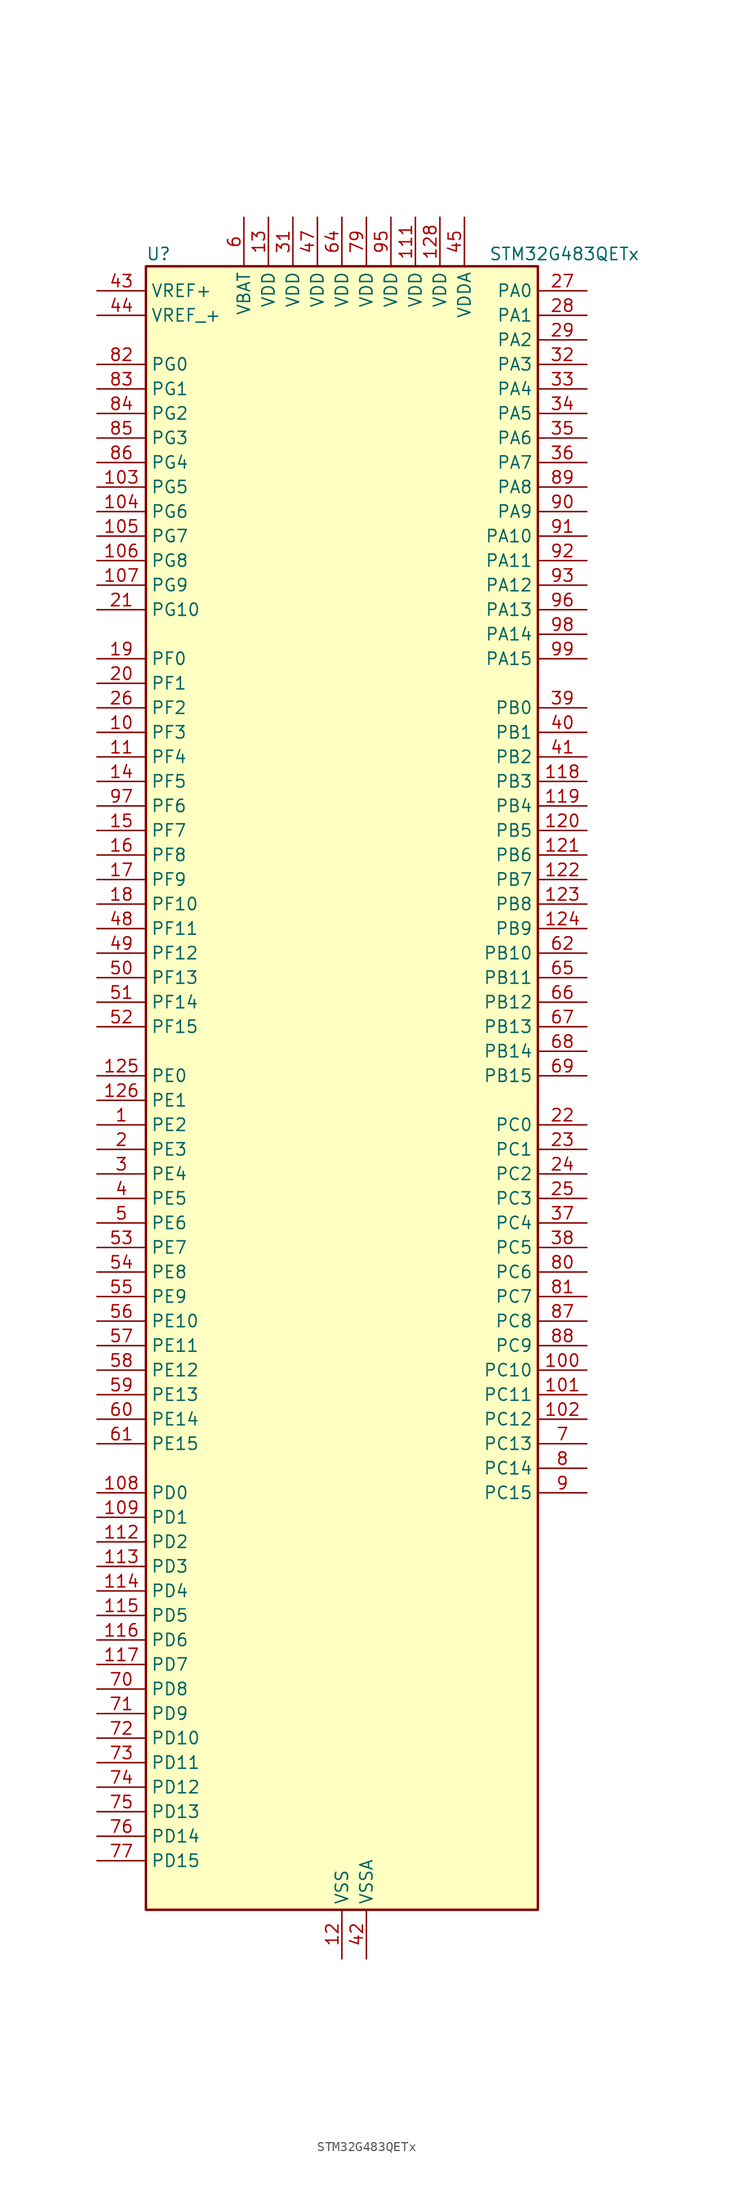
<source format=kicad_sym>
(kicad_symbol_lib
  (version 20220914)
  (generator kicad_symbol_editor)
  (symbol "STM32G483QETx"
    (property "Reference" "U"
      (at -20.32 87.63 0)
      (effects (font (size 1.27 1.27)) (justify left)))
    (property "Value" "STM32G483QETx"
      (at 15.24 87.63 0)
      (effects (font (size 1.27 1.27)) (justify left)))
    (property "ki_locked" ""
      (at 0 0 0)
      (effects (font (size 1.27 1.27))))
    (symbol "STM32G483QETx_0_1"
      (rectangle (start -20.32 -83.82) (end 20.32 86.36) (stroke (width 0.254) (type default)) (fill (type background))))
    (symbol "STM32G483QETx_1_1"
      (pin bidirectional line (at -25.4 -2.54 0) (length 5.08) (name "PE2" (effects (font (size 1.27 1.27)))) (number "1" (effects (font (size 1.27 1.27)))) (alternate "ADC3_EXTI2" bidirectional line) (alternate "ADC4_EXTI2" bidirectional line) (alternate "ADC5_EXTI2" bidirectional line) (alternate "FMC_A23" bidirectional line) (alternate "SAI1_CK1" bidirectional line) (alternate "SAI1_MCLK_A" bidirectional line) (alternate "SPI4_SCK" bidirectional line) (alternate "SYS_TRACECLK" bidirectional line) (alternate "TIM20_CH1" bidirectional line) (alternate "TIM3_CH1" bidirectional line))
      (pin bidirectional line (at -25.4 38.1 0) (length 5.08) (name "PF3" (effects (font (size 1.27 1.27)))) (number "10" (effects (font (size 1.27 1.27)))) (alternate "ADC3_EXTI3" bidirectional line) (alternate "ADC4_EXTI3" bidirectional line) (alternate "ADC5_EXTI3" bidirectional line) (alternate "FMC_A3" bidirectional line) (alternate "I2C3_SCL" bidirectional line) (alternate "TIM20_CH4" bidirectional line))
      (pin bidirectional line (at 25.4 -27.94 180) (length 5.08) (name "PC10" (effects (font (size 1.27 1.27)))) (number "100" (effects (font (size 1.27 1.27)))) (alternate "DAC1_EXTI10" bidirectional line) (alternate "DAC2_EXTI10" bidirectional line) (alternate "DAC3_EXTI10" bidirectional line) (alternate "DAC4_EXTI10" bidirectional line) (alternate "I2S3_CK" bidirectional line) (alternate "SPI3_SCK" bidirectional line) (alternate "TIM8_CH1N" bidirectional line) (alternate "UART4_TX" bidirectional line) (alternate "USART3_TX" bidirectional line))
      (pin bidirectional line (at 25.4 -30.48 180) (length 5.08) (name "PC11" (effects (font (size 1.27 1.27)))) (number "101" (effects (font (size 1.27 1.27)))) (alternate "ADC1_EXTI11" bidirectional line) (alternate "ADC2_EXTI11" bidirectional line) (alternate "I2C3_SDA" bidirectional line) (alternate "SPI3_MISO" bidirectional line) (alternate "TIM8_CH2N" bidirectional line) (alternate "UART4_RX" bidirectional line) (alternate "USART3_RX" bidirectional line))
      (pin bidirectional line (at 25.4 -33.02 180) (length 5.08) (name "PC12" (effects (font (size 1.27 1.27)))) (number "102" (effects (font (size 1.27 1.27)))) (alternate "I2S3_SD" bidirectional line) (alternate "SPI3_MOSI" bidirectional line) (alternate "TIM5_CH2" bidirectional line) (alternate "TIM8_CH3N" bidirectional line) (alternate "UART5_TX" bidirectional line) (alternate "UCPD1_FRSTX1" bidirectional line) (alternate "UCPD1_FRSTX2" bidirectional line) (alternate "USART3_CK" bidirectional line))
      (pin bidirectional line (at -25.4 63.5 0) (length 5.08) (name "PG5" (effects (font (size 1.27 1.27)))) (number "103" (effects (font (size 1.27 1.27)))) (alternate "FMC_A15" bidirectional line) (alternate "LPUART1_CTS" bidirectional line) (alternate "SPI1_NSS" bidirectional line) (alternate "TIM20_ETR" bidirectional line))
      (pin bidirectional line (at -25.4 60.96 0) (length 5.08) (name "PG6" (effects (font (size 1.27 1.27)))) (number "104" (effects (font (size 1.27 1.27)))) (alternate "FMC_INT" bidirectional line) (alternate "I2C3_SMBA" bidirectional line) (alternate "LPUART1_DE" bidirectional line) (alternate "LPUART1_RTS" bidirectional line) (alternate "TIM20_BKIN" bidirectional line))
      (pin bidirectional line (at -25.4 58.42 0) (length 5.08) (name "PG7" (effects (font (size 1.27 1.27)))) (number "105" (effects (font (size 1.27 1.27)))) (alternate "FMC_INT" bidirectional line) (alternate "I2C3_SCL" bidirectional line) (alternate "LPUART1_TX" bidirectional line) (alternate "SAI1_CK1" bidirectional line) (alternate "SAI1_MCLK_A" bidirectional line))
      (pin bidirectional line (at -25.4 55.88 0) (length 5.08) (name "PG8" (effects (font (size 1.27 1.27)))) (number "106" (effects (font (size 1.27 1.27)))) (alternate "FMC_NE3" bidirectional line) (alternate "I2C3_SDA" bidirectional line) (alternate "LPUART1_RX" bidirectional line))
      (pin bidirectional line (at -25.4 53.34 0) (length 5.08) (name "PG9" (effects (font (size 1.27 1.27)))) (number "107" (effects (font (size 1.27 1.27)))) (alternate "DAC1_EXTI9" bidirectional line) (alternate "DAC2_EXTI9" bidirectional line) (alternate "DAC3_EXTI9" bidirectional line) (alternate "DAC4_EXTI9" bidirectional line) (alternate "FMC_NCE" bidirectional line) (alternate "FMC_NE2" bidirectional line) (alternate "SPI3_SCK" bidirectional line) (alternate "TIM15_CH1N" bidirectional line) (alternate "USART1_TX" bidirectional line))
      (pin bidirectional line (at -25.4 -40.64 0) (length 5.08) (name "PD0" (effects (font (size 1.27 1.27)))) (number "108" (effects (font (size 1.27 1.27)))) (alternate "FDCAN1_RX" bidirectional line) (alternate "FMC_D2" bidirectional line) (alternate "FMC_DA2" bidirectional line) (alternate "TIM8_CH4N" bidirectional line))
      (pin bidirectional line (at -25.4 -43.18 0) (length 5.08) (name "PD1" (effects (font (size 1.27 1.27)))) (number "109" (effects (font (size 1.27 1.27)))) (alternate "FDCAN1_TX" bidirectional line) (alternate "FMC_D3" bidirectional line) (alternate "FMC_DA3" bidirectional line) (alternate "TIM8_BKIN2" bidirectional line) (alternate "TIM8_CH4" bidirectional line))
      (pin bidirectional line (at -25.4 35.56 0) (length 5.08) (name "PF4" (effects (font (size 1.27 1.27)))) (number "11" (effects (font (size 1.27 1.27)))) (alternate "COMP1_OUT" bidirectional line) (alternate "FMC_A4" bidirectional line) (alternate "I2C3_SDA" bidirectional line) (alternate "TIM20_CH1N" bidirectional line))
      (pin passive line (at 0 -88.9 90) (length 5.08) hide (name "VSS" (effects (font (size 1.27 1.27)))) (number "110" (effects (font (size 1.27 1.27)))))
      (pin power_in line (at 7.62 91.44 270) (length 5.08) (name "VDD" (effects (font (size 1.27 1.27)))) (number "111" (effects (font (size 1.27 1.27)))))
      (pin bidirectional line (at -25.4 -45.72 0) (length 5.08) (name "PD2" (effects (font (size 1.27 1.27)))) (number "112" (effects (font (size 1.27 1.27)))) (alternate "ADC3_EXTI2" bidirectional line) (alternate "ADC4_EXTI2" bidirectional line) (alternate "ADC5_EXTI2" bidirectional line) (alternate "TIM3_ETR" bidirectional line) (alternate "TIM8_BKIN" bidirectional line) (alternate "UART5_RX" bidirectional line))
      (pin bidirectional line (at -25.4 -48.26 0) (length 5.08) (name "PD3" (effects (font (size 1.27 1.27)))) (number "113" (effects (font (size 1.27 1.27)))) (alternate "ADC3_EXTI3" bidirectional line) (alternate "ADC4_EXTI3" bidirectional line) (alternate "ADC5_EXTI3" bidirectional line) (alternate "FMC_CLK" bidirectional line) (alternate "QUADSPI1_BK2_NCS" bidirectional line) (alternate "TIM2_CH1" bidirectional line) (alternate "TIM2_ETR" bidirectional line) (alternate "USART2_CTS" bidirectional line) (alternate "USART2_NSS" bidirectional line))
      (pin bidirectional line (at -25.4 -50.8 0) (length 5.08) (name "PD4" (effects (font (size 1.27 1.27)))) (number "114" (effects (font (size 1.27 1.27)))) (alternate "FMC_NOE" bidirectional line) (alternate "QUADSPI1_BK2_IO0" bidirectional line) (alternate "TIM2_CH2" bidirectional line) (alternate "USART2_DE" bidirectional line) (alternate "USART2_RTS" bidirectional line))
      (pin bidirectional line (at -25.4 -53.34 0) (length 5.08) (name "PD5" (effects (font (size 1.27 1.27)))) (number "115" (effects (font (size 1.27 1.27)))) (alternate "FMC_NWE" bidirectional line) (alternate "QUADSPI1_BK2_IO1" bidirectional line) (alternate "USART2_TX" bidirectional line))
      (pin bidirectional line (at -25.4 -55.88 0) (length 5.08) (name "PD6" (effects (font (size 1.27 1.27)))) (number "116" (effects (font (size 1.27 1.27)))) (alternate "FMC_NWAIT" bidirectional line) (alternate "QUADSPI1_BK2_IO2" bidirectional line) (alternate "SAI1_D1" bidirectional line) (alternate "SAI1_SD_A" bidirectional line) (alternate "TIM2_CH4" bidirectional line) (alternate "USART2_RX" bidirectional line))
      (pin bidirectional line (at -25.4 -58.42 0) (length 5.08) (name "PD7" (effects (font (size 1.27 1.27)))) (number "117" (effects (font (size 1.27 1.27)))) (alternate "FMC_NCE" bidirectional line) (alternate "FMC_NE1" bidirectional line) (alternate "QUADSPI1_BK2_IO3" bidirectional line) (alternate "TIM2_CH3" bidirectional line) (alternate "USART2_CK" bidirectional line))
      (pin bidirectional line (at 25.4 33.02 180) (length 5.08) (name "PB3" (effects (font (size 1.27 1.27)))) (number "118" (effects (font (size 1.27 1.27)))) (alternate "ADC3_EXTI3" bidirectional line) (alternate "ADC4_EXTI3" bidirectional line) (alternate "ADC5_EXTI3" bidirectional line) (alternate "CRS_SYNC" bidirectional line) (alternate "FDCAN3_RX" bidirectional line) (alternate "I2S3_CK" bidirectional line) (alternate "SAI1_SCK_B" bidirectional line) (alternate "SPI1_SCK" bidirectional line) (alternate "SPI3_SCK" bidirectional line) (alternate "SYS_JTDO-SWO" bidirectional line) (alternate "TIM2_CH2" bidirectional line) (alternate "TIM3_ETR" bidirectional line) (alternate "TIM4_ETR" bidirectional line) (alternate "TIM8_CH1N" bidirectional line) (alternate "USART2_TX" bidirectional line))
      (pin bidirectional line (at 25.4 30.48 180) (length 5.08) (name "PB4" (effects (font (size 1.27 1.27)))) (number "119" (effects (font (size 1.27 1.27)))) (alternate "FDCAN3_TX" bidirectional line) (alternate "SAI1_MCLK_B" bidirectional line) (alternate "SPI1_MISO" bidirectional line) (alternate "SPI3_MISO" bidirectional line) (alternate "SYS_JTRST" bidirectional line) (alternate "TIM16_CH1" bidirectional line) (alternate "TIM17_BKIN" bidirectional line) (alternate "TIM3_CH1" bidirectional line) (alternate "TIM8_CH2N" bidirectional line) (alternate "UART5_DE" bidirectional line) (alternate "UART5_RTS" bidirectional line) (alternate "UCPD1_CC2" bidirectional line) (alternate "USART2_RX" bidirectional line))
      (pin power_in line (at 0 -88.9 90) (length 5.08) (name "VSS" (effects (font (size 1.27 1.27)))) (number "12" (effects (font (size 1.27 1.27)))))
      (pin bidirectional line (at 25.4 27.94 180) (length 5.08) (name "PB5" (effects (font (size 1.27 1.27)))) (number "120" (effects (font (size 1.27 1.27)))) (alternate "FDCAN2_RX" bidirectional line) (alternate "I2C1_SMBA" bidirectional line) (alternate "I2C3_SDA" bidirectional line) (alternate "I2S3_SD" bidirectional line) (alternate "LPTIM1_IN1" bidirectional line) (alternate "SAI1_SD_B" bidirectional line) (alternate "SPI1_MOSI" bidirectional line) (alternate "SPI3_MOSI" bidirectional line) (alternate "TIM16_BKIN" bidirectional line) (alternate "TIM17_CH1" bidirectional line) (alternate "TIM3_CH2" bidirectional line) (alternate "TIM8_CH3N" bidirectional line) (alternate "UART5_CTS" bidirectional line) (alternate "USART2_CK" bidirectional line))
      (pin bidirectional line (at 25.4 25.4 180) (length 5.08) (name "PB6" (effects (font (size 1.27 1.27)))) (number "121" (effects (font (size 1.27 1.27)))) (alternate "COMP4_OUT" bidirectional line) (alternate "FDCAN2_TX" bidirectional line) (alternate "LPTIM1_ETR" bidirectional line) (alternate "SAI1_FS_B" bidirectional line) (alternate "TIM16_CH1N" bidirectional line) (alternate "TIM4_CH1" bidirectional line) (alternate "TIM8_BKIN2" bidirectional line) (alternate "TIM8_CH1" bidirectional line) (alternate "TIM8_ETR" bidirectional line) (alternate "UCPD1_CC1" bidirectional line) (alternate "USART1_TX" bidirectional line))
      (pin bidirectional line (at 25.4 22.86 180) (length 5.08) (name "PB7" (effects (font (size 1.27 1.27)))) (number "122" (effects (font (size 1.27 1.27)))) (alternate "COMP3_OUT" bidirectional line) (alternate "FMC_NL" bidirectional line) (alternate "I2C1_SDA" bidirectional line) (alternate "I2C4_SDA" bidirectional line) (alternate "LPTIM1_IN2" bidirectional line) (alternate "SYS_PVD_IN" bidirectional line) (alternate "TIM17_CH1N" bidirectional line) (alternate "TIM3_CH4" bidirectional line) (alternate "TIM4_CH2" bidirectional line) (alternate "TIM8_BKIN" bidirectional line) (alternate "UART4_CTS" bidirectional line) (alternate "USART1_RX" bidirectional line))
      (pin bidirectional line (at 25.4 20.32 180) (length 5.08) (name "PB8" (effects (font (size 1.27 1.27)))) (number "123" (effects (font (size 1.27 1.27)))) (alternate "COMP1_OUT" bidirectional line) (alternate "FDCAN1_RX" bidirectional line) (alternate "I2C1_SCL" bidirectional line) (alternate "SAI1_CK1" bidirectional line) (alternate "SAI1_MCLK_A" bidirectional line) (alternate "TIM16_CH1" bidirectional line) (alternate "TIM1_BKIN" bidirectional line) (alternate "TIM4_CH3" bidirectional line) (alternate "TIM8_CH2" bidirectional line) (alternate "USART3_RX" bidirectional line))
      (pin bidirectional line (at 25.4 17.78 180) (length 5.08) (name "PB9" (effects (font (size 1.27 1.27)))) (number "124" (effects (font (size 1.27 1.27)))) (alternate "COMP2_OUT" bidirectional line) (alternate "DAC1_EXTI9" bidirectional line) (alternate "DAC2_EXTI9" bidirectional line) (alternate "DAC3_EXTI9" bidirectional line) (alternate "DAC4_EXTI9" bidirectional line) (alternate "FDCAN1_TX" bidirectional line) (alternate "I2C1_SDA" bidirectional line) (alternate "IR_OUT" bidirectional line) (alternate "SAI1_D2" bidirectional line) (alternate "SAI1_FS_A" bidirectional line) (alternate "TIM17_CH1" bidirectional line) (alternate "TIM1_CH3N" bidirectional line) (alternate "TIM4_CH4" bidirectional line) (alternate "TIM8_CH3" bidirectional line) (alternate "USART3_TX" bidirectional line))
      (pin bidirectional line (at -25.4 2.54 0) (length 5.08) (name "PE0" (effects (font (size 1.27 1.27)))) (number "125" (effects (font (size 1.27 1.27)))) (alternate "FMC_NBL0" bidirectional line) (alternate "TIM16_CH1" bidirectional line) (alternate "TIM20_CH4N" bidirectional line) (alternate "TIM20_ETR" bidirectional line) (alternate "TIM4_ETR" bidirectional line) (alternate "USART1_TX" bidirectional line))
      (pin bidirectional line (at -25.4 0 0) (length 5.08) (name "PE1" (effects (font (size 1.27 1.27)))) (number "126" (effects (font (size 1.27 1.27)))) (alternate "FMC_NBL1" bidirectional line) (alternate "TIM17_CH1" bidirectional line) (alternate "TIM20_CH4" bidirectional line) (alternate "USART1_RX" bidirectional line))
      (pin passive line (at 0 -88.9 90) (length 5.08) hide (name "VSS" (effects (font (size 1.27 1.27)))) (number "127" (effects (font (size 1.27 1.27)))))
      (pin power_in line (at 10.16 91.44 270) (length 5.08) (name "VDD" (effects (font (size 1.27 1.27)))) (number "128" (effects (font (size 1.27 1.27)))))
      (pin power_in line (at -7.62 91.44 270) (length 5.08) (name "VDD" (effects (font (size 1.27 1.27)))) (number "13" (effects (font (size 1.27 1.27)))))
      (pin bidirectional line (at -25.4 33.02 0) (length 5.08) (name "PF5" (effects (font (size 1.27 1.27)))) (number "14" (effects (font (size 1.27 1.27)))) (alternate "FMC_A5" bidirectional line) (alternate "TIM20_CH2N" bidirectional line))
      (pin bidirectional line (at -25.4 27.94 0) (length 5.08) (name "PF7" (effects (font (size 1.27 1.27)))) (number "15" (effects (font (size 1.27 1.27)))) (alternate "FMC_A1" bidirectional line) (alternate "QUADSPI1_BK1_IO2" bidirectional line) (alternate "SAI1_MCLK_B" bidirectional line) (alternate "TIM20_BKIN" bidirectional line) (alternate "TIM5_CH2" bidirectional line))
      (pin bidirectional line (at -25.4 25.4 0) (length 5.08) (name "PF8" (effects (font (size 1.27 1.27)))) (number "16" (effects (font (size 1.27 1.27)))) (alternate "FMC_A24" bidirectional line) (alternate "QUADSPI1_BK1_IO0" bidirectional line) (alternate "SAI1_SCK_B" bidirectional line) (alternate "TIM20_BKIN2" bidirectional line) (alternate "TIM5_CH3" bidirectional line))
      (pin bidirectional line (at -25.4 22.86 0) (length 5.08) (name "PF9" (effects (font (size 1.27 1.27)))) (number "17" (effects (font (size 1.27 1.27)))) (alternate "DAC1_EXTI9" bidirectional line) (alternate "DAC2_EXTI9" bidirectional line) (alternate "DAC3_EXTI9" bidirectional line) (alternate "DAC4_EXTI9" bidirectional line) (alternate "FMC_A25" bidirectional line) (alternate "QUADSPI1_BK1_IO1" bidirectional line) (alternate "SAI1_FS_B" bidirectional line) (alternate "SPI2_SCK" bidirectional line) (alternate "TIM15_CH1" bidirectional line) (alternate "TIM20_BKIN" bidirectional line) (alternate "TIM5_CH4" bidirectional line))
      (pin bidirectional line (at -25.4 20.32 0) (length 5.08) (name "PF10" (effects (font (size 1.27 1.27)))) (number "18" (effects (font (size 1.27 1.27)))) (alternate "DAC1_EXTI10" bidirectional line) (alternate "DAC2_EXTI10" bidirectional line) (alternate "DAC3_EXTI10" bidirectional line) (alternate "DAC4_EXTI10" bidirectional line) (alternate "FMC_A0" bidirectional line) (alternate "QUADSPI1_CLK" bidirectional line) (alternate "SAI1_D3" bidirectional line) (alternate "SPI2_SCK" bidirectional line) (alternate "TIM15_CH2" bidirectional line) (alternate "TIM20_BKIN2" bidirectional line))
      (pin bidirectional line (at -25.4 45.72 0) (length 5.08) (name "PF0" (effects (font (size 1.27 1.27)))) (number "19" (effects (font (size 1.27 1.27)))) (alternate "ADC1_IN10" bidirectional line) (alternate "I2C2_SDA" bidirectional line) (alternate "I2S2_WS" bidirectional line) (alternate "RCC_OSC_IN" bidirectional line) (alternate "SPI2_NSS" bidirectional line) (alternate "TIM1_CH3N" bidirectional line))
      (pin bidirectional line (at -25.4 -5.08 0) (length 5.08) (name "PE3" (effects (font (size 1.27 1.27)))) (number "2" (effects (font (size 1.27 1.27)))) (alternate "ADC3_EXTI3" bidirectional line) (alternate "ADC4_EXTI3" bidirectional line) (alternate "ADC5_EXTI3" bidirectional line) (alternate "FMC_A19" bidirectional line) (alternate "SAI1_SD_B" bidirectional line) (alternate "SPI4_NSS" bidirectional line) (alternate "SYS_TRACED0" bidirectional line) (alternate "TIM20_CH2" bidirectional line) (alternate "TIM3_CH2" bidirectional line))
      (pin bidirectional line (at -25.4 43.18 0) (length 5.08) (name "PF1" (effects (font (size 1.27 1.27)))) (number "20" (effects (font (size 1.27 1.27)))) (alternate "ADC2_IN10" bidirectional line) (alternate "COMP3_INM" bidirectional line) (alternate "I2S2_CK" bidirectional line) (alternate "RCC_OSC_OUT" bidirectional line) (alternate "SPI2_SCK" bidirectional line))
      (pin bidirectional line (at -25.4 50.8 0) (length 5.08) (name "PG10" (effects (font (size 1.27 1.27)))) (number "21" (effects (font (size 1.27 1.27)))) (alternate "DAC1_EXTI10" bidirectional line) (alternate "DAC2_EXTI10" bidirectional line) (alternate "DAC3_EXTI10" bidirectional line) (alternate "DAC4_EXTI10" bidirectional line) (alternate "RCC_MCO" bidirectional line))
      (pin bidirectional line (at 25.4 -2.54 180) (length 5.08) (name "PC0" (effects (font (size 1.27 1.27)))) (number "22" (effects (font (size 1.27 1.27)))) (alternate "ADC1_IN6" bidirectional line) (alternate "ADC2_IN6" bidirectional line) (alternate "COMP3_INM" bidirectional line) (alternate "LPTIM1_IN1" bidirectional line) (alternate "LPUART1_RX" bidirectional line) (alternate "TIM1_CH1" bidirectional line))
      (pin bidirectional line (at 25.4 -5.08 180) (length 5.08) (name "PC1" (effects (font (size 1.27 1.27)))) (number "23" (effects (font (size 1.27 1.27)))) (alternate "ADC1_IN7" bidirectional line) (alternate "ADC2_IN7" bidirectional line) (alternate "COMP3_INP" bidirectional line) (alternate "LPTIM1_OUT" bidirectional line) (alternate "LPUART1_TX" bidirectional line) (alternate "QUADSPI1_BK2_IO0" bidirectional line) (alternate "SAI1_SD_A" bidirectional line) (alternate "TIM1_CH2" bidirectional line))
      (pin bidirectional line (at 25.4 -7.62 180) (length 5.08) (name "PC2" (effects (font (size 1.27 1.27)))) (number "24" (effects (font (size 1.27 1.27)))) (alternate "ADC1_IN8" bidirectional line) (alternate "ADC2_IN8" bidirectional line) (alternate "ADC3_EXTI2" bidirectional line) (alternate "ADC4_EXTI2" bidirectional line) (alternate "ADC5_EXTI2" bidirectional line) (alternate "COMP3_OUT" bidirectional line) (alternate "LPTIM1_IN2" bidirectional line) (alternate "QUADSPI1_BK2_IO1" bidirectional line) (alternate "TIM1_CH3" bidirectional line) (alternate "TIM20_CH2" bidirectional line))
      (pin bidirectional line (at 25.4 -10.16 180) (length 5.08) (name "PC3" (effects (font (size 1.27 1.27)))) (number "25" (effects (font (size 1.27 1.27)))) (alternate "ADC1_IN9" bidirectional line) (alternate "ADC2_IN9" bidirectional line) (alternate "ADC3_EXTI3" bidirectional line) (alternate "ADC4_EXTI3" bidirectional line) (alternate "ADC5_EXTI3" bidirectional line) (alternate "LPTIM1_ETR" bidirectional line) (alternate "OPAMP5_VINP" bidirectional line) (alternate "OPAMP5_VINP_SEC" bidirectional line) (alternate "QUADSPI1_BK2_IO2" bidirectional line) (alternate "SAI1_D1" bidirectional line) (alternate "SAI1_SD_A" bidirectional line) (alternate "TIM1_BKIN2" bidirectional line) (alternate "TIM1_CH4" bidirectional line))
      (pin bidirectional line (at -25.4 40.64 0) (length 5.08) (name "PF2" (effects (font (size 1.27 1.27)))) (number "26" (effects (font (size 1.27 1.27)))) (alternate "ADC3_EXTI2" bidirectional line) (alternate "ADC4_EXTI2" bidirectional line) (alternate "ADC5_EXTI2" bidirectional line) (alternate "FMC_A2" bidirectional line) (alternate "I2C2_SMBA" bidirectional line) (alternate "TIM20_CH3" bidirectional line))
      (pin bidirectional line (at 25.4 83.82 180) (length 5.08) (name "PA0" (effects (font (size 1.27 1.27)))) (number "27" (effects (font (size 1.27 1.27)))) (alternate "ADC1_IN1" bidirectional line) (alternate "ADC2_IN1" bidirectional line) (alternate "COMP1_INM" bidirectional line) (alternate "COMP1_OUT" bidirectional line) (alternate "COMP3_INP" bidirectional line) (alternate "RTC_TAMP2" bidirectional line) (alternate "SYS_WKUP1" bidirectional line) (alternate "TIM2_CH1" bidirectional line) (alternate "TIM2_ETR" bidirectional line) (alternate "TIM5_CH1" bidirectional line) (alternate "TIM8_BKIN" bidirectional line) (alternate "TIM8_ETR" bidirectional line) (alternate "USART2_CTS" bidirectional line) (alternate "USART2_NSS" bidirectional line))
      (pin bidirectional line (at 25.4 81.28 180) (length 5.08) (name "PA1" (effects (font (size 1.27 1.27)))) (number "28" (effects (font (size 1.27 1.27)))) (alternate "ADC1_IN2" bidirectional line) (alternate "ADC2_IN2" bidirectional line) (alternate "COMP1_INP" bidirectional line) (alternate "OPAMP1_VINP" bidirectional line) (alternate "OPAMP1_VINP_SEC" bidirectional line) (alternate "OPAMP3_VINP" bidirectional line) (alternate "OPAMP3_VINP_SEC" bidirectional line) (alternate "OPAMP6_VINM" bidirectional line) (alternate "OPAMP6_VINM0" bidirectional line) (alternate "OPAMP6_VINM_SEC" bidirectional line) (alternate "RTC_REFIN" bidirectional line) (alternate "TIM15_CH1N" bidirectional line) (alternate "TIM2_CH2" bidirectional line) (alternate "TIM5_CH2" bidirectional line) (alternate "USART2_DE" bidirectional line) (alternate "USART2_RTS" bidirectional line))
      (pin bidirectional line (at 25.4 78.74 180) (length 5.08) (name "PA2" (effects (font (size 1.27 1.27)))) (number "29" (effects (font (size 1.27 1.27)))) (alternate "ADC1_IN3" bidirectional line) (alternate "ADC3_EXTI2" bidirectional line) (alternate "ADC4_EXTI2" bidirectional line) (alternate "ADC5_EXTI2" bidirectional line) (alternate "COMP2_INM" bidirectional line) (alternate "COMP2_OUT" bidirectional line) (alternate "LPUART1_TX" bidirectional line) (alternate "OPAMP1_VOUT" bidirectional line) (alternate "QUADSPI1_BK1_NCS" bidirectional line) (alternate "RCC_LSCO" bidirectional line) (alternate "SYS_WKUP4" bidirectional line) (alternate "TIM15_CH1" bidirectional line) (alternate "TIM2_CH3" bidirectional line) (alternate "TIM5_CH3" bidirectional line) (alternate "UCPD1_FRSTX1" bidirectional line) (alternate "UCPD1_FRSTX2" bidirectional line) (alternate "USART2_TX" bidirectional line))
      (pin bidirectional line (at -25.4 -7.62 0) (length 5.08) (name "PE4" (effects (font (size 1.27 1.27)))) (number "3" (effects (font (size 1.27 1.27)))) (alternate "FMC_A20" bidirectional line) (alternate "SAI1_D2" bidirectional line) (alternate "SAI1_FS_A" bidirectional line) (alternate "SPI4_NSS" bidirectional line) (alternate "SYS_TRACED1" bidirectional line) (alternate "TIM20_CH1N" bidirectional line) (alternate "TIM3_CH3" bidirectional line))
      (pin passive line (at 0 -88.9 90) (length 5.08) hide (name "VSS" (effects (font (size 1.27 1.27)))) (number "30" (effects (font (size 1.27 1.27)))))
      (pin power_in line (at -5.08 91.44 270) (length 5.08) (name "VDD" (effects (font (size 1.27 1.27)))) (number "31" (effects (font (size 1.27 1.27)))))
      (pin bidirectional line (at 25.4 76.2 180) (length 5.08) (name "PA3" (effects (font (size 1.27 1.27)))) (number "32" (effects (font (size 1.27 1.27)))) (alternate "ADC1_IN4" bidirectional line) (alternate "ADC3_EXTI3" bidirectional line) (alternate "ADC4_EXTI3" bidirectional line) (alternate "ADC5_EXTI3" bidirectional line) (alternate "COMP2_INP" bidirectional line) (alternate "LPUART1_RX" bidirectional line) (alternate "OPAMP1_VINM" bidirectional line) (alternate "OPAMP1_VINM0" bidirectional line) (alternate "OPAMP1_VINM_SEC" bidirectional line) (alternate "OPAMP1_VINP" bidirectional line) (alternate "OPAMP1_VINP_SEC" bidirectional line) (alternate "OPAMP5_VINM" bidirectional line) (alternate "OPAMP5_VINM1" bidirectional line) (alternate "OPAMP5_VINM_SEC" bidirectional line) (alternate "QUADSPI1_CLK" bidirectional line) (alternate "SAI1_CK1" bidirectional line) (alternate "SAI1_MCLK_A" bidirectional line) (alternate "TIM15_CH2" bidirectional line) (alternate "TIM2_CH4" bidirectional line) (alternate "TIM5_CH4" bidirectional line) (alternate "USART2_RX" bidirectional line))
      (pin bidirectional line (at 25.4 73.66 180) (length 5.08) (name "PA4" (effects (font (size 1.27 1.27)))) (number "33" (effects (font (size 1.27 1.27)))) (alternate "ADC2_IN17" bidirectional line) (alternate "COMP1_INM" bidirectional line) (alternate "DAC1_OUT1" bidirectional line) (alternate "I2S3_WS" bidirectional line) (alternate "SAI1_FS_B" bidirectional line) (alternate "SPI1_NSS" bidirectional line) (alternate "SPI3_NSS" bidirectional line) (alternate "TIM3_CH2" bidirectional line) (alternate "USART2_CK" bidirectional line))
      (pin bidirectional line (at 25.4 71.12 180) (length 5.08) (name "PA5" (effects (font (size 1.27 1.27)))) (number "34" (effects (font (size 1.27 1.27)))) (alternate "ADC2_IN13" bidirectional line) (alternate "COMP2_INM" bidirectional line) (alternate "DAC1_OUT2" bidirectional line) (alternate "OPAMP2_VINM" bidirectional line) (alternate "OPAMP2_VINM0" bidirectional line) (alternate "OPAMP2_VINM_SEC" bidirectional line) (alternate "SPI1_SCK" bidirectional line) (alternate "TIM2_CH1" bidirectional line) (alternate "TIM2_ETR" bidirectional line) (alternate "UCPD1_FRSTX1" bidirectional line) (alternate "UCPD1_FRSTX2" bidirectional line))
      (pin bidirectional line (at 25.4 68.58 180) (length 5.08) (name "PA6" (effects (font (size 1.27 1.27)))) (number "35" (effects (font (size 1.27 1.27)))) (alternate "ADC2_IN3" bidirectional line) (alternate "COMP1_OUT" bidirectional line) (alternate "DAC2_OUT1" bidirectional line) (alternate "LPUART1_CTS" bidirectional line) (alternate "OPAMP2_VOUT" bidirectional line) (alternate "QUADSPI1_BK1_IO3" bidirectional line) (alternate "SPI1_MISO" bidirectional line) (alternate "TIM16_CH1" bidirectional line) (alternate "TIM1_BKIN" bidirectional line) (alternate "TIM3_CH1" bidirectional line) (alternate "TIM8_BKIN" bidirectional line))
      (pin bidirectional line (at 25.4 66.04 180) (length 5.08) (name "PA7" (effects (font (size 1.27 1.27)))) (number "36" (effects (font (size 1.27 1.27)))) (alternate "ADC2_IN4" bidirectional line) (alternate "COMP2_INP" bidirectional line) (alternate "COMP2_OUT" bidirectional line) (alternate "OPAMP1_VINP" bidirectional line) (alternate "OPAMP1_VINP_SEC" bidirectional line) (alternate "OPAMP2_VINP" bidirectional line) (alternate "OPAMP2_VINP_SEC" bidirectional line) (alternate "QUADSPI1_BK1_IO2" bidirectional line) (alternate "SPI1_MOSI" bidirectional line) (alternate "TIM17_CH1" bidirectional line) (alternate "TIM1_CH1N" bidirectional line) (alternate "TIM3_CH2" bidirectional line) (alternate "TIM8_CH1N" bidirectional line) (alternate "UCPD1_FRSTX1" bidirectional line) (alternate "UCPD1_FRSTX2" bidirectional line))
      (pin bidirectional line (at 25.4 -12.7 180) (length 5.08) (name "PC4" (effects (font (size 1.27 1.27)))) (number "37" (effects (font (size 1.27 1.27)))) (alternate "ADC2_IN5" bidirectional line) (alternate "I2C2_SCL" bidirectional line) (alternate "QUADSPI1_BK2_IO3" bidirectional line) (alternate "TIM1_ETR" bidirectional line) (alternate "USART1_TX" bidirectional line))
      (pin bidirectional line (at 25.4 -15.24 180) (length 5.08) (name "PC5" (effects (font (size 1.27 1.27)))) (number "38" (effects (font (size 1.27 1.27)))) (alternate "ADC2_IN11" bidirectional line) (alternate "OPAMP1_VINM" bidirectional line) (alternate "OPAMP1_VINM1" bidirectional line) (alternate "OPAMP1_VINM_SEC" bidirectional line) (alternate "OPAMP2_VINM" bidirectional line) (alternate "OPAMP2_VINM1" bidirectional line) (alternate "OPAMP2_VINM_SEC" bidirectional line) (alternate "SAI1_D3" bidirectional line) (alternate "SYS_WKUP5" bidirectional line) (alternate "TIM15_BKIN" bidirectional line) (alternate "TIM1_CH4N" bidirectional line) (alternate "USART1_RX" bidirectional line))
      (pin bidirectional line (at 25.4 40.64 180) (length 5.08) (name "PB0" (effects (font (size 1.27 1.27)))) (number "39" (effects (font (size 1.27 1.27)))) (alternate "ADC1_IN15" bidirectional line) (alternate "ADC3_IN12" bidirectional line) (alternate "COMP4_INP" bidirectional line) (alternate "OPAMP2_VINP" bidirectional line) (alternate "OPAMP2_VINP_SEC" bidirectional line) (alternate "OPAMP3_VINP" bidirectional line) (alternate "OPAMP3_VINP_SEC" bidirectional line) (alternate "QUADSPI1_BK1_IO1" bidirectional line) (alternate "TIM1_CH2N" bidirectional line) (alternate "TIM3_CH3" bidirectional line) (alternate "TIM8_CH2N" bidirectional line) (alternate "UCPD1_FRSTX1" bidirectional line) (alternate "UCPD1_FRSTX2" bidirectional line))
      (pin bidirectional line (at -25.4 -10.16 0) (length 5.08) (name "PE5" (effects (font (size 1.27 1.27)))) (number "4" (effects (font (size 1.27 1.27)))) (alternate "FMC_A21" bidirectional line) (alternate "SAI1_CK2" bidirectional line) (alternate "SAI1_SCK_A" bidirectional line) (alternate "SPI4_MISO" bidirectional line) (alternate "SYS_TRACED2" bidirectional line) (alternate "TIM20_CH2N" bidirectional line) (alternate "TIM3_CH4" bidirectional line))
      (pin bidirectional line (at 25.4 38.1 180) (length 5.08) (name "PB1" (effects (font (size 1.27 1.27)))) (number "40" (effects (font (size 1.27 1.27)))) (alternate "ADC1_IN12" bidirectional line) (alternate "ADC3_IN1" bidirectional line) (alternate "COMP1_INP" bidirectional line) (alternate "COMP4_OUT" bidirectional line) (alternate "LPUART1_DE" bidirectional line) (alternate "LPUART1_RTS" bidirectional line) (alternate "OPAMP3_VOUT" bidirectional line) (alternate "OPAMP6_VINM" bidirectional line) (alternate "OPAMP6_VINM1" bidirectional line) (alternate "OPAMP6_VINM_SEC" bidirectional line) (alternate "QUADSPI1_BK1_IO0" bidirectional line) (alternate "TIM1_CH3N" bidirectional line) (alternate "TIM3_CH4" bidirectional line) (alternate "TIM8_CH3N" bidirectional line))
      (pin bidirectional line (at 25.4 35.56 180) (length 5.08) (name "PB2" (effects (font (size 1.27 1.27)))) (number "41" (effects (font (size 1.27 1.27)))) (alternate "ADC2_IN12" bidirectional line) (alternate "ADC3_EXTI2" bidirectional line) (alternate "ADC4_EXTI2" bidirectional line) (alternate "ADC5_EXTI2" bidirectional line) (alternate "COMP4_INM" bidirectional line) (alternate "I2C3_SMBA" bidirectional line) (alternate "LPTIM1_OUT" bidirectional line) (alternate "OPAMP3_VINM" bidirectional line) (alternate "OPAMP3_VINM0" bidirectional line) (alternate "OPAMP3_VINM_SEC" bidirectional line) (alternate "QUADSPI1_BK2_IO1" bidirectional line) (alternate "RTC_OUT2" bidirectional line) (alternate "TIM20_CH1" bidirectional line) (alternate "TIM5_CH1" bidirectional line))
      (pin power_in line (at 2.54 -88.9 90) (length 5.08) (name "VSSA" (effects (font (size 1.27 1.27)))) (number "42" (effects (font (size 1.27 1.27)))))
      (pin input line (at -25.4 83.82 0) (length 5.08) (name "VREF+" (effects (font (size 1.27 1.27)))) (number "43" (effects (font (size 1.27 1.27)))) (alternate "VREFBUF_OUT1" bidirectional line))
      (pin input line (at -25.4 81.28 0) (length 5.08) (name "VREF_+" (effects (font (size 1.27 1.27)))) (number "44" (effects (font (size 1.27 1.27)))) (alternate "VREFBUF_OUT2" bidirectional line))
      (pin power_in line (at 12.7 91.44 270) (length 5.08) (name "VDDA" (effects (font (size 1.27 1.27)))) (number "45" (effects (font (size 1.27 1.27)))))
      (pin passive line (at 0 -88.9 90) (length 5.08) hide (name "VSS" (effects (font (size 1.27 1.27)))) (number "46" (effects (font (size 1.27 1.27)))))
      (pin power_in line (at -2.54 91.44 270) (length 5.08) (name "VDD" (effects (font (size 1.27 1.27)))) (number "47" (effects (font (size 1.27 1.27)))))
      (pin bidirectional line (at -25.4 17.78 0) (length 5.08) (name "PF11" (effects (font (size 1.27 1.27)))) (number "48" (effects (font (size 1.27 1.27)))) (alternate "ADC1_EXTI11" bidirectional line) (alternate "ADC2_EXTI11" bidirectional line) (alternate "FMC_NE4" bidirectional line) (alternate "TIM20_ETR" bidirectional line))
      (pin bidirectional line (at -25.4 15.24 0) (length 5.08) (name "PF12" (effects (font (size 1.27 1.27)))) (number "49" (effects (font (size 1.27 1.27)))) (alternate "FMC_A6" bidirectional line) (alternate "TIM20_CH1" bidirectional line))
      (pin bidirectional line (at -25.4 -12.7 0) (length 5.08) (name "PE6" (effects (font (size 1.27 1.27)))) (number "5" (effects (font (size 1.27 1.27)))) (alternate "FMC_A22" bidirectional line) (alternate "RTC_TAMP3" bidirectional line) (alternate "SAI1_D1" bidirectional line) (alternate "SAI1_SD_A" bidirectional line) (alternate "SPI4_MOSI" bidirectional line) (alternate "SYS_TRACED3" bidirectional line) (alternate "SYS_WKUP3" bidirectional line) (alternate "TIM20_CH3N" bidirectional line))
      (pin bidirectional line (at -25.4 12.7 0) (length 5.08) (name "PF13" (effects (font (size 1.27 1.27)))) (number "50" (effects (font (size 1.27 1.27)))) (alternate "FMC_A7" bidirectional line) (alternate "I2C4_SMBA" bidirectional line) (alternate "TIM20_CH2" bidirectional line))
      (pin bidirectional line (at -25.4 10.16 0) (length 5.08) (name "PF14" (effects (font (size 1.27 1.27)))) (number "51" (effects (font (size 1.27 1.27)))) (alternate "FMC_A8" bidirectional line) (alternate "I2C4_SCL" bidirectional line) (alternate "TIM20_CH3" bidirectional line))
      (pin bidirectional line (at -25.4 7.62 0) (length 5.08) (name "PF15" (effects (font (size 1.27 1.27)))) (number "52" (effects (font (size 1.27 1.27)))) (alternate "ADC1_EXTI15" bidirectional line) (alternate "ADC2_EXTI15" bidirectional line) (alternate "FMC_A9" bidirectional line) (alternate "I2C4_SDA" bidirectional line) (alternate "TIM20_CH4" bidirectional line))
      (pin bidirectional line (at -25.4 -15.24 0) (length 5.08) (name "PE7" (effects (font (size 1.27 1.27)))) (number "53" (effects (font (size 1.27 1.27)))) (alternate "ADC3_IN4" bidirectional line) (alternate "COMP4_INP" bidirectional line) (alternate "FMC_D4" bidirectional line) (alternate "FMC_DA4" bidirectional line) (alternate "SAI1_SD_B" bidirectional line) (alternate "TIM1_ETR" bidirectional line))
      (pin bidirectional line (at -25.4 -17.78 0) (length 5.08) (name "PE8" (effects (font (size 1.27 1.27)))) (number "54" (effects (font (size 1.27 1.27)))) (alternate "ADC3_IN6" bidirectional line) (alternate "ADC4_IN6" bidirectional line) (alternate "ADC5_IN6" bidirectional line) (alternate "COMP4_INM" bidirectional line) (alternate "FMC_D5" bidirectional line) (alternate "FMC_DA5" bidirectional line) (alternate "SAI1_SCK_B" bidirectional line) (alternate "TIM1_CH1N" bidirectional line) (alternate "TIM5_CH3" bidirectional line))
      (pin bidirectional line (at -25.4 -20.32 0) (length 5.08) (name "PE9" (effects (font (size 1.27 1.27)))) (number "55" (effects (font (size 1.27 1.27)))) (alternate "ADC3_IN2" bidirectional line) (alternate "DAC1_EXTI9" bidirectional line) (alternate "DAC2_EXTI9" bidirectional line) (alternate "DAC3_EXTI9" bidirectional line) (alternate "DAC4_EXTI9" bidirectional line) (alternate "FMC_D6" bidirectional line) (alternate "FMC_DA6" bidirectional line) (alternate "SAI1_FS_B" bidirectional line) (alternate "TIM1_CH1" bidirectional line) (alternate "TIM5_CH4" bidirectional line))
      (pin bidirectional line (at -25.4 -22.86 0) (length 5.08) (name "PE10" (effects (font (size 1.27 1.27)))) (number "56" (effects (font (size 1.27 1.27)))) (alternate "ADC3_IN14" bidirectional line) (alternate "ADC4_IN14" bidirectional line) (alternate "ADC5_IN14" bidirectional line) (alternate "DAC1_EXTI10" bidirectional line) (alternate "DAC2_EXTI10" bidirectional line) (alternate "DAC3_EXTI10" bidirectional line) (alternate "DAC4_EXTI10" bidirectional line) (alternate "FMC_D7" bidirectional line) (alternate "FMC_DA7" bidirectional line) (alternate "QUADSPI1_CLK" bidirectional line) (alternate "SAI1_MCLK_B" bidirectional line) (alternate "TIM1_CH2N" bidirectional line))
      (pin bidirectional line (at -25.4 -25.4 0) (length 5.08) (name "PE11" (effects (font (size 1.27 1.27)))) (number "57" (effects (font (size 1.27 1.27)))) (alternate "ADC1_EXTI11" bidirectional line) (alternate "ADC2_EXTI11" bidirectional line) (alternate "ADC3_IN15" bidirectional line) (alternate "ADC4_IN15" bidirectional line) (alternate "ADC5_IN15" bidirectional line) (alternate "FMC_D8" bidirectional line) (alternate "FMC_DA8" bidirectional line) (alternate "QUADSPI1_BK1_NCS" bidirectional line) (alternate "SPI4_NSS" bidirectional line) (alternate "TIM1_CH2" bidirectional line))
      (pin bidirectional line (at -25.4 -27.94 0) (length 5.08) (name "PE12" (effects (font (size 1.27 1.27)))) (number "58" (effects (font (size 1.27 1.27)))) (alternate "ADC3_IN16" bidirectional line) (alternate "ADC4_IN16" bidirectional line) (alternate "ADC5_IN16" bidirectional line) (alternate "FMC_D9" bidirectional line) (alternate "FMC_DA9" bidirectional line) (alternate "QUADSPI1_BK1_IO0" bidirectional line) (alternate "SPI4_SCK" bidirectional line) (alternate "TIM1_CH3N" bidirectional line))
      (pin bidirectional line (at -25.4 -30.48 0) (length 5.08) (name "PE13" (effects (font (size 1.27 1.27)))) (number "59" (effects (font (size 1.27 1.27)))) (alternate "ADC3_IN3" bidirectional line) (alternate "FMC_D10" bidirectional line) (alternate "FMC_DA10" bidirectional line) (alternate "QUADSPI1_BK1_IO1" bidirectional line) (alternate "SPI4_MISO" bidirectional line) (alternate "TIM1_CH3" bidirectional line))
      (pin power_in line (at -10.16 91.44 270) (length 5.08) (name "VBAT" (effects (font (size 1.27 1.27)))) (number "6" (effects (font (size 1.27 1.27)))))
      (pin bidirectional line (at -25.4 -33.02 0) (length 5.08) (name "PE14" (effects (font (size 1.27 1.27)))) (number "60" (effects (font (size 1.27 1.27)))) (alternate "ADC4_IN1" bidirectional line) (alternate "FMC_D11" bidirectional line) (alternate "FMC_DA11" bidirectional line) (alternate "QUADSPI1_BK1_IO2" bidirectional line) (alternate "SPI4_MOSI" bidirectional line) (alternate "TIM1_BKIN2" bidirectional line) (alternate "TIM1_CH4" bidirectional line))
      (pin bidirectional line (at -25.4 -35.56 0) (length 5.08) (name "PE15" (effects (font (size 1.27 1.27)))) (number "61" (effects (font (size 1.27 1.27)))) (alternate "ADC1_EXTI15" bidirectional line) (alternate "ADC2_EXTI15" bidirectional line) (alternate "ADC4_IN2" bidirectional line) (alternate "FMC_D12" bidirectional line) (alternate "FMC_DA12" bidirectional line) (alternate "QUADSPI1_BK1_IO3" bidirectional line) (alternate "TIM1_BKIN" bidirectional line) (alternate "TIM1_CH4N" bidirectional line) (alternate "USART3_RX" bidirectional line))
      (pin bidirectional line (at 25.4 15.24 180) (length 5.08) (name "PB10" (effects (font (size 1.27 1.27)))) (number "62" (effects (font (size 1.27 1.27)))) (alternate "COMP5_INM" bidirectional line) (alternate "DAC1_EXTI10" bidirectional line) (alternate "DAC2_EXTI10" bidirectional line) (alternate "DAC3_EXTI10" bidirectional line) (alternate "DAC4_EXTI10" bidirectional line) (alternate "LPUART1_RX" bidirectional line) (alternate "OPAMP3_VINM" bidirectional line) (alternate "OPAMP3_VINM1" bidirectional line) (alternate "OPAMP3_VINM_SEC" bidirectional line) (alternate "OPAMP4_VINM" bidirectional line) (alternate "OPAMP4_VINM0" bidirectional line) (alternate "OPAMP4_VINM_SEC" bidirectional line) (alternate "QUADSPI1_CLK" bidirectional line) (alternate "SAI1_SCK_A" bidirectional line) (alternate "TIM1_BKIN" bidirectional line) (alternate "TIM2_CH3" bidirectional line) (alternate "USART3_TX" bidirectional line))
      (pin passive line (at 0 -88.9 90) (length 5.08) hide (name "VSS" (effects (font (size 1.27 1.27)))) (number "63" (effects (font (size 1.27 1.27)))))
      (pin power_in line (at 0 91.44 270) (length 5.08) (name "VDD" (effects (font (size 1.27 1.27)))) (number "64" (effects (font (size 1.27 1.27)))))
      (pin bidirectional line (at 25.4 12.7 180) (length 5.08) (name "PB11" (effects (font (size 1.27 1.27)))) (number "65" (effects (font (size 1.27 1.27)))) (alternate "ADC1_EXTI11" bidirectional line) (alternate "ADC1_IN14" bidirectional line) (alternate "ADC2_EXTI11" bidirectional line) (alternate "ADC2_IN14" bidirectional line) (alternate "COMP6_INP" bidirectional line) (alternate "LPUART1_TX" bidirectional line) (alternate "OPAMP4_VINP" bidirectional line) (alternate "OPAMP4_VINP_SEC" bidirectional line) (alternate "OPAMP6_VOUT" bidirectional line) (alternate "QUADSPI1_BK1_NCS" bidirectional line) (alternate "TIM2_CH4" bidirectional line) (alternate "USART3_RX" bidirectional line))
      (pin bidirectional line (at 25.4 10.16 180) (length 5.08) (name "PB12" (effects (font (size 1.27 1.27)))) (number "66" (effects (font (size 1.27 1.27)))) (alternate "ADC1_IN11" bidirectional line) (alternate "ADC4_IN3" bidirectional line) (alternate "COMP7_INM" bidirectional line) (alternate "FDCAN2_RX" bidirectional line) (alternate "I2C2_SMBA" bidirectional line) (alternate "I2S2_WS" bidirectional line) (alternate "LPUART1_DE" bidirectional line) (alternate "LPUART1_RTS" bidirectional line) (alternate "OPAMP4_VOUT" bidirectional line) (alternate "OPAMP6_VINP" bidirectional line) (alternate "OPAMP6_VINP_SEC" bidirectional line) (alternate "SPI2_NSS" bidirectional line) (alternate "TIM1_BKIN" bidirectional line) (alternate "TIM5_ETR" bidirectional line) (alternate "USART3_CK" bidirectional line))
      (pin bidirectional line (at 25.4 7.62 180) (length 5.08) (name "PB13" (effects (font (size 1.27 1.27)))) (number "67" (effects (font (size 1.27 1.27)))) (alternate "ADC3_IN5" bidirectional line) (alternate "COMP5_INP" bidirectional line) (alternate "FDCAN2_TX" bidirectional line) (alternate "I2S2_CK" bidirectional line) (alternate "LPUART1_CTS" bidirectional line) (alternate "OPAMP3_VINP" bidirectional line) (alternate "OPAMP3_VINP_SEC" bidirectional line) (alternate "OPAMP4_VINP" bidirectional line) (alternate "OPAMP4_VINP_SEC" bidirectional line) (alternate "OPAMP6_VINP" bidirectional line) (alternate "OPAMP6_VINP_SEC" bidirectional line) (alternate "SPI2_SCK" bidirectional line) (alternate "TIM1_CH1N" bidirectional line) (alternate "USART3_CTS" bidirectional line) (alternate "USART3_NSS" bidirectional line))
      (pin bidirectional line (at 25.4 5.08 180) (length 5.08) (name "PB14" (effects (font (size 1.27 1.27)))) (number "68" (effects (font (size 1.27 1.27)))) (alternate "ADC1_IN5" bidirectional line) (alternate "ADC4_IN4" bidirectional line) (alternate "COMP4_OUT" bidirectional line) (alternate "COMP7_INP" bidirectional line) (alternate "OPAMP2_VINP" bidirectional line) (alternate "OPAMP2_VINP_SEC" bidirectional line) (alternate "OPAMP5_VINP" bidirectional line) (alternate "OPAMP5_VINP_SEC" bidirectional line) (alternate "SPI2_MISO" bidirectional line) (alternate "TIM15_CH1" bidirectional line) (alternate "TIM1_CH2N" bidirectional line) (alternate "USART3_DE" bidirectional line) (alternate "USART3_RTS" bidirectional line))
      (pin bidirectional line (at 25.4 2.54 180) (length 5.08) (name "PB15" (effects (font (size 1.27 1.27)))) (number "69" (effects (font (size 1.27 1.27)))) (alternate "ADC1_EXTI15" bidirectional line) (alternate "ADC2_EXTI15" bidirectional line) (alternate "ADC2_IN15" bidirectional line) (alternate "ADC4_IN5" bidirectional line) (alternate "COMP3_OUT" bidirectional line) (alternate "COMP6_INM" bidirectional line) (alternate "I2S2_SD" bidirectional line) (alternate "OPAMP5_VINM" bidirectional line) (alternate "OPAMP5_VINM0" bidirectional line) (alternate "OPAMP5_VINM_SEC" bidirectional line) (alternate "RTC_REFIN" bidirectional line) (alternate "SPI2_MOSI" bidirectional line) (alternate "TIM15_CH1N" bidirectional line) (alternate "TIM15_CH2" bidirectional line) (alternate "TIM1_CH3N" bidirectional line))
      (pin bidirectional line (at 25.4 -35.56 180) (length 5.08) (name "PC13" (effects (font (size 1.27 1.27)))) (number "7" (effects (font (size 1.27 1.27)))) (alternate "RTC_OUT1" bidirectional line) (alternate "RTC_TAMP1" bidirectional line) (alternate "RTC_TS" bidirectional line) (alternate "SYS_WKUP2" bidirectional line) (alternate "TIM1_BKIN" bidirectional line) (alternate "TIM1_CH1N" bidirectional line) (alternate "TIM8_CH4N" bidirectional line))
      (pin bidirectional line (at -25.4 -60.96 0) (length 5.08) (name "PD8" (effects (font (size 1.27 1.27)))) (number "70" (effects (font (size 1.27 1.27)))) (alternate "ADC4_IN12" bidirectional line) (alternate "ADC5_IN12" bidirectional line) (alternate "FMC_D13" bidirectional line) (alternate "FMC_DA13" bidirectional line) (alternate "OPAMP4_VINM" bidirectional line) (alternate "OPAMP4_VINM1" bidirectional line) (alternate "OPAMP4_VINM_SEC" bidirectional line) (alternate "USART3_TX" bidirectional line))
      (pin bidirectional line (at -25.4 -63.5 0) (length 5.08) (name "PD9" (effects (font (size 1.27 1.27)))) (number "71" (effects (font (size 1.27 1.27)))) (alternate "ADC4_IN13" bidirectional line) (alternate "ADC5_IN13" bidirectional line) (alternate "DAC1_EXTI9" bidirectional line) (alternate "DAC2_EXTI9" bidirectional line) (alternate "DAC3_EXTI9" bidirectional line) (alternate "DAC4_EXTI9" bidirectional line) (alternate "FMC_D14" bidirectional line) (alternate "FMC_DA14" bidirectional line) (alternate "OPAMP6_VINP" bidirectional line) (alternate "OPAMP6_VINP_SEC" bidirectional line) (alternate "USART3_RX" bidirectional line))
      (pin bidirectional line (at -25.4 -66.04 0) (length 5.08) (name "PD10" (effects (font (size 1.27 1.27)))) (number "72" (effects (font (size 1.27 1.27)))) (alternate "ADC3_IN7" bidirectional line) (alternate "ADC4_IN7" bidirectional line) (alternate "ADC5_IN7" bidirectional line) (alternate "COMP6_INM" bidirectional line) (alternate "DAC1_EXTI10" bidirectional line) (alternate "DAC2_EXTI10" bidirectional line) (alternate "DAC3_EXTI10" bidirectional line) (alternate "DAC4_EXTI10" bidirectional line) (alternate "FMC_D15" bidirectional line) (alternate "FMC_DA15" bidirectional line) (alternate "USART3_CK" bidirectional line))
      (pin bidirectional line (at -25.4 -68.58 0) (length 5.08) (name "PD11" (effects (font (size 1.27 1.27)))) (number "73" (effects (font (size 1.27 1.27)))) (alternate "ADC1_EXTI11" bidirectional line) (alternate "ADC2_EXTI11" bidirectional line) (alternate "ADC3_IN8" bidirectional line) (alternate "ADC4_IN8" bidirectional line) (alternate "ADC5_IN8" bidirectional line) (alternate "COMP6_INP" bidirectional line) (alternate "FMC_A16" bidirectional line) (alternate "FMC_CLE" bidirectional line) (alternate "I2C4_SMBA" bidirectional line) (alternate "OPAMP4_VINP" bidirectional line) (alternate "OPAMP4_VINP_SEC" bidirectional line) (alternate "TIM5_ETR" bidirectional line) (alternate "USART3_CTS" bidirectional line) (alternate "USART3_NSS" bidirectional line))
      (pin bidirectional line (at -25.4 -71.12 0) (length 5.08) (name "PD12" (effects (font (size 1.27 1.27)))) (number "74" (effects (font (size 1.27 1.27)))) (alternate "ADC3_IN9" bidirectional line) (alternate "ADC4_IN9" bidirectional line) (alternate "ADC5_IN9" bidirectional line) (alternate "COMP5_INP" bidirectional line) (alternate "FMC_A17" bidirectional line) (alternate "FMC_ALE" bidirectional line) (alternate "OPAMP5_VINP" bidirectional line) (alternate "OPAMP5_VINP_SEC" bidirectional line) (alternate "TIM4_CH1" bidirectional line) (alternate "USART3_DE" bidirectional line) (alternate "USART3_RTS" bidirectional line))
      (pin bidirectional line (at -25.4 -73.66 0) (length 5.08) (name "PD13" (effects (font (size 1.27 1.27)))) (number "75" (effects (font (size 1.27 1.27)))) (alternate "ADC3_IN10" bidirectional line) (alternate "ADC4_IN10" bidirectional line) (alternate "ADC5_IN10" bidirectional line) (alternate "COMP5_INM" bidirectional line) (alternate "FMC_A18" bidirectional line) (alternate "TIM4_CH2" bidirectional line))
      (pin bidirectional line (at -25.4 -76.2 0) (length 5.08) (name "PD14" (effects (font (size 1.27 1.27)))) (number "76" (effects (font (size 1.27 1.27)))) (alternate "ADC3_IN11" bidirectional line) (alternate "ADC4_IN11" bidirectional line) (alternate "ADC5_IN11" bidirectional line) (alternate "COMP7_INP" bidirectional line) (alternate "FMC_D0" bidirectional line) (alternate "FMC_DA0" bidirectional line) (alternate "OPAMP2_VINP" bidirectional line) (alternate "OPAMP2_VINP_SEC" bidirectional line) (alternate "TIM4_CH3" bidirectional line))
      (pin bidirectional line (at -25.4 -78.74 0) (length 5.08) (name "PD15" (effects (font (size 1.27 1.27)))) (number "77" (effects (font (size 1.27 1.27)))) (alternate "ADC1_EXTI15" bidirectional line) (alternate "ADC2_EXTI15" bidirectional line) (alternate "COMP7_INM" bidirectional line) (alternate "FMC_D1" bidirectional line) (alternate "FMC_DA1" bidirectional line) (alternate "SPI2_NSS" bidirectional line) (alternate "TIM4_CH4" bidirectional line))
      (pin passive line (at 0 -88.9 90) (length 5.08) hide (name "VSS" (effects (font (size 1.27 1.27)))) (number "78" (effects (font (size 1.27 1.27)))))
      (pin power_in line (at 2.54 91.44 270) (length 5.08) (name "VDD" (effects (font (size 1.27 1.27)))) (number "79" (effects (font (size 1.27 1.27)))))
      (pin bidirectional line (at 25.4 -38.1 180) (length 5.08) (name "PC14" (effects (font (size 1.27 1.27)))) (number "8" (effects (font (size 1.27 1.27)))) (alternate "RCC_OSC32_IN" bidirectional line))
      (pin bidirectional line (at 25.4 -17.78 180) (length 5.08) (name "PC6" (effects (font (size 1.27 1.27)))) (number "80" (effects (font (size 1.27 1.27)))) (alternate "COMP6_OUT" bidirectional line) (alternate "I2C4_SCL" bidirectional line) (alternate "I2S2_MCK" bidirectional line) (alternate "TIM3_CH1" bidirectional line) (alternate "TIM8_CH1" bidirectional line))
      (pin bidirectional line (at 25.4 -20.32 180) (length 5.08) (name "PC7" (effects (font (size 1.27 1.27)))) (number "81" (effects (font (size 1.27 1.27)))) (alternate "COMP5_OUT" bidirectional line) (alternate "I2C4_SDA" bidirectional line) (alternate "I2S3_MCK" bidirectional line) (alternate "TIM3_CH2" bidirectional line) (alternate "TIM8_CH2" bidirectional line))
      (pin bidirectional line (at -25.4 76.2 0) (length 5.08) (name "PG0" (effects (font (size 1.27 1.27)))) (number "82" (effects (font (size 1.27 1.27)))) (alternate "FMC_A10" bidirectional line) (alternate "TIM20_CH1N" bidirectional line))
      (pin bidirectional line (at -25.4 73.66 0) (length 5.08) (name "PG1" (effects (font (size 1.27 1.27)))) (number "83" (effects (font (size 1.27 1.27)))) (alternate "FMC_A11" bidirectional line) (alternate "TIM20_CH2N" bidirectional line))
      (pin bidirectional line (at -25.4 71.12 0) (length 5.08) (name "PG2" (effects (font (size 1.27 1.27)))) (number "84" (effects (font (size 1.27 1.27)))) (alternate "ADC3_EXTI2" bidirectional line) (alternate "ADC4_EXTI2" bidirectional line) (alternate "ADC5_EXTI2" bidirectional line) (alternate "FMC_A12" bidirectional line) (alternate "SPI1_SCK" bidirectional line) (alternate "TIM20_CH3N" bidirectional line))
      (pin bidirectional line (at -25.4 68.58 0) (length 5.08) (name "PG3" (effects (font (size 1.27 1.27)))) (number "85" (effects (font (size 1.27 1.27)))) (alternate "ADC3_EXTI3" bidirectional line) (alternate "ADC4_EXTI3" bidirectional line) (alternate "ADC5_EXTI3" bidirectional line) (alternate "FMC_A13" bidirectional line) (alternate "I2C4_SCL" bidirectional line) (alternate "SPI1_MISO" bidirectional line) (alternate "TIM20_BKIN" bidirectional line) (alternate "TIM20_CH4N" bidirectional line))
      (pin bidirectional line (at -25.4 66.04 0) (length 5.08) (name "PG4" (effects (font (size 1.27 1.27)))) (number "86" (effects (font (size 1.27 1.27)))) (alternate "FMC_A14" bidirectional line) (alternate "I2C4_SDA" bidirectional line) (alternate "SPI1_MOSI" bidirectional line) (alternate "TIM20_BKIN2" bidirectional line))
      (pin bidirectional line (at 25.4 -22.86 180) (length 5.08) (name "PC8" (effects (font (size 1.27 1.27)))) (number "87" (effects (font (size 1.27 1.27)))) (alternate "COMP7_OUT" bidirectional line) (alternate "I2C3_SCL" bidirectional line) (alternate "TIM20_CH3" bidirectional line) (alternate "TIM3_CH3" bidirectional line) (alternate "TIM8_CH3" bidirectional line))
      (pin bidirectional line (at 25.4 -25.4 180) (length 5.08) (name "PC9" (effects (font (size 1.27 1.27)))) (number "88" (effects (font (size 1.27 1.27)))) (alternate "DAC1_EXTI9" bidirectional line) (alternate "DAC2_EXTI9" bidirectional line) (alternate "DAC3_EXTI9" bidirectional line) (alternate "DAC4_EXTI9" bidirectional line) (alternate "I2C3_SDA" bidirectional line) (alternate "I2S_CKIN" bidirectional line) (alternate "TIM3_CH4" bidirectional line) (alternate "TIM8_BKIN2" bidirectional line) (alternate "TIM8_CH4" bidirectional line))
      (pin bidirectional line (at 25.4 63.5 180) (length 5.08) (name "PA8" (effects (font (size 1.27 1.27)))) (number "89" (effects (font (size 1.27 1.27)))) (alternate "ADC5_IN1" bidirectional line) (alternate "COMP7_OUT" bidirectional line) (alternate "FDCAN3_RX" bidirectional line) (alternate "I2C2_SDA" bidirectional line) (alternate "I2C3_SCL" bidirectional line) (alternate "I2S2_MCK" bidirectional line) (alternate "OPAMP5_VOUT" bidirectional line) (alternate "RCC_MCO" bidirectional line) (alternate "SAI1_CK2" bidirectional line) (alternate "SAI1_SCK_A" bidirectional line) (alternate "TIM1_CH1" bidirectional line) (alternate "TIM4_ETR" bidirectional line) (alternate "USART1_CK" bidirectional line))
      (pin bidirectional line (at 25.4 -40.64 180) (length 5.08) (name "PC15" (effects (font (size 1.27 1.27)))) (number "9" (effects (font (size 1.27 1.27)))) (alternate "ADC1_EXTI15" bidirectional line) (alternate "ADC2_EXTI15" bidirectional line) (alternate "RCC_OSC32_OUT" bidirectional line))
      (pin bidirectional line (at 25.4 60.96 180) (length 5.08) (name "PA9" (effects (font (size 1.27 1.27)))) (number "90" (effects (font (size 1.27 1.27)))) (alternate "ADC5_IN2" bidirectional line) (alternate "COMP5_OUT" bidirectional line) (alternate "DAC1_EXTI9" bidirectional line) (alternate "DAC2_EXTI9" bidirectional line) (alternate "DAC3_EXTI9" bidirectional line) (alternate "DAC4_EXTI9" bidirectional line) (alternate "I2C2_SCL" bidirectional line) (alternate "I2C3_SMBA" bidirectional line) (alternate "I2S3_MCK" bidirectional line) (alternate "SAI1_FS_A" bidirectional line) (alternate "TIM15_BKIN" bidirectional line) (alternate "TIM1_CH2" bidirectional line) (alternate "TIM2_CH3" bidirectional line) (alternate "UCPD1_DBCC1" bidirectional line) (alternate "USART1_TX" bidirectional line))
      (pin bidirectional line (at 25.4 58.42 180) (length 5.08) (name "PA10" (effects (font (size 1.27 1.27)))) (number "91" (effects (font (size 1.27 1.27)))) (alternate "COMP6_OUT" bidirectional line) (alternate "CRS_SYNC" bidirectional line) (alternate "DAC1_EXTI10" bidirectional line) (alternate "DAC2_EXTI10" bidirectional line) (alternate "DAC3_EXTI10" bidirectional line) (alternate "DAC4_EXTI10" bidirectional line) (alternate "I2C2_SMBA" bidirectional line) (alternate "SAI1_D1" bidirectional line) (alternate "SAI1_SD_A" bidirectional line) (alternate "SPI2_MISO" bidirectional line) (alternate "TIM17_BKIN" bidirectional line) (alternate "TIM1_CH3" bidirectional line) (alternate "TIM2_CH4" bidirectional line) (alternate "TIM8_BKIN" bidirectional line) (alternate "UCPD1_DBCC2" bidirectional line) (alternate "USART1_RX" bidirectional line))
      (pin bidirectional line (at 25.4 55.88 180) (length 5.08) (name "PA11" (effects (font (size 1.27 1.27)))) (number "92" (effects (font (size 1.27 1.27)))) (alternate "ADC1_EXTI11" bidirectional line) (alternate "ADC2_EXTI11" bidirectional line) (alternate "COMP1_OUT" bidirectional line) (alternate "FDCAN1_RX" bidirectional line) (alternate "I2S2_SD" bidirectional line) (alternate "SPI2_MOSI" bidirectional line) (alternate "TIM1_BKIN2" bidirectional line) (alternate "TIM1_CH1N" bidirectional line) (alternate "TIM1_CH4" bidirectional line) (alternate "TIM4_CH1" bidirectional line) (alternate "USART1_CTS" bidirectional line) (alternate "USART1_NSS" bidirectional line) (alternate "USB_DM" bidirectional line))
      (pin bidirectional line (at 25.4 53.34 180) (length 5.08) (name "PA12" (effects (font (size 1.27 1.27)))) (number "93" (effects (font (size 1.27 1.27)))) (alternate "COMP2_OUT" bidirectional line) (alternate "FDCAN1_TX" bidirectional line) (alternate "I2S_CKIN" bidirectional line) (alternate "TIM16_CH1" bidirectional line) (alternate "TIM1_CH2N" bidirectional line) (alternate "TIM1_ETR" bidirectional line) (alternate "TIM4_CH2" bidirectional line) (alternate "USART1_DE" bidirectional line) (alternate "USART1_RTS" bidirectional line) (alternate "USB_DP" bidirectional line))
      (pin passive line (at 0 -88.9 90) (length 5.08) hide (name "VSS" (effects (font (size 1.27 1.27)))) (number "94" (effects (font (size 1.27 1.27)))))
      (pin power_in line (at 5.08 91.44 270) (length 5.08) (name "VDD" (effects (font (size 1.27 1.27)))) (number "95" (effects (font (size 1.27 1.27)))))
      (pin bidirectional line (at 25.4 50.8 180) (length 5.08) (name "PA13" (effects (font (size 1.27 1.27)))) (number "96" (effects (font (size 1.27 1.27)))) (alternate "I2C1_SCL" bidirectional line) (alternate "I2C4_SCL" bidirectional line) (alternate "IR_OUT" bidirectional line) (alternate "SAI1_SD_B" bidirectional line) (alternate "SYS_JTMS-SWDIO" bidirectional line) (alternate "TIM16_CH1N" bidirectional line) (alternate "TIM4_CH3" bidirectional line) (alternate "USART3_CTS" bidirectional line) (alternate "USART3_NSS" bidirectional line))
      (pin bidirectional line (at -25.4 30.48 0) (length 5.08) (name "PF6" (effects (font (size 1.27 1.27)))) (number "97" (effects (font (size 1.27 1.27)))) (alternate "I2C2_SCL" bidirectional line) (alternate "QUADSPI1_BK1_IO3" bidirectional line) (alternate "SAI1_SD_B" bidirectional line) (alternate "TIM4_CH4" bidirectional line) (alternate "TIM5_CH1" bidirectional line) (alternate "TIM5_ETR" bidirectional line) (alternate "USART3_RTS" bidirectional line))
      (pin bidirectional line (at 25.4 48.26 180) (length 5.08) (name "PA14" (effects (font (size 1.27 1.27)))) (number "98" (effects (font (size 1.27 1.27)))) (alternate "I2C1_SDA" bidirectional line) (alternate "I2C4_SMBA" bidirectional line) (alternate "LPTIM1_OUT" bidirectional line) (alternate "SAI1_FS_B" bidirectional line) (alternate "SYS_JTCK-SWCLK" bidirectional line) (alternate "TIM1_BKIN" bidirectional line) (alternate "TIM8_CH2" bidirectional line) (alternate "USART2_TX" bidirectional line))
      (pin bidirectional line (at 25.4 45.72 180) (length 5.08) (name "PA15" (effects (font (size 1.27 1.27)))) (number "99" (effects (font (size 1.27 1.27)))) (alternate "ADC1_EXTI15" bidirectional line) (alternate "ADC2_EXTI15" bidirectional line) (alternate "FDCAN3_TX" bidirectional line) (alternate "I2C1_SCL" bidirectional line) (alternate "I2S3_WS" bidirectional line) (alternate "SPI1_NSS" bidirectional line) (alternate "SPI3_NSS" bidirectional line) (alternate "SYS_JTDI" bidirectional line) (alternate "TIM1_BKIN" bidirectional line) (alternate "TIM2_CH1" bidirectional line) (alternate "TIM2_ETR" bidirectional line) (alternate "TIM8_CH1" bidirectional line) (alternate "UART4_DE" bidirectional line) (alternate "UART4_RTS" bidirectional line) (alternate "USART2_RX" bidirectional line)))))
</source>
